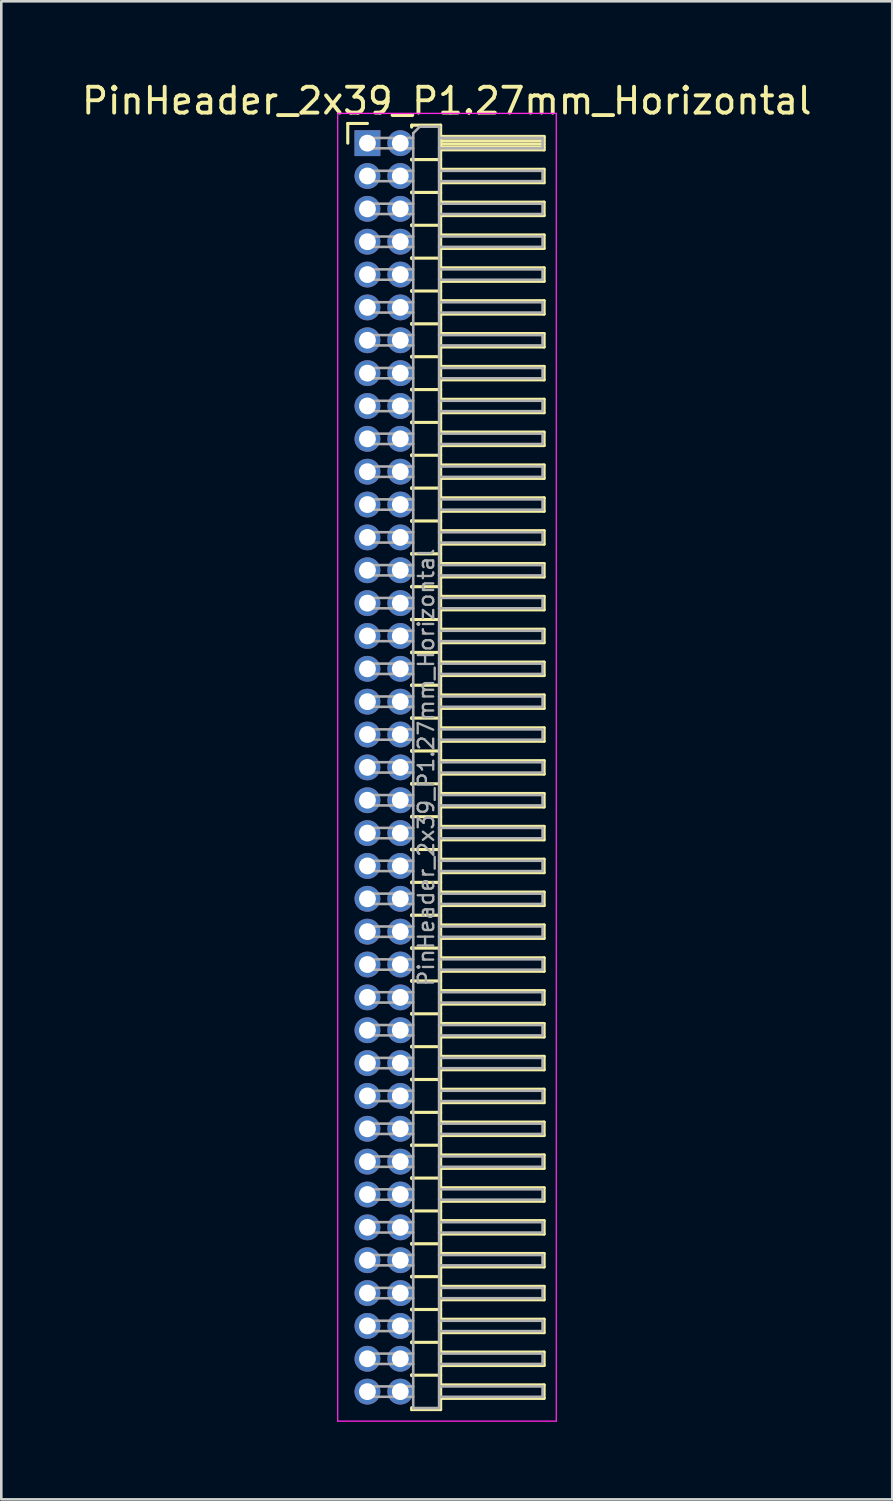
<source format=kicad_pcb>
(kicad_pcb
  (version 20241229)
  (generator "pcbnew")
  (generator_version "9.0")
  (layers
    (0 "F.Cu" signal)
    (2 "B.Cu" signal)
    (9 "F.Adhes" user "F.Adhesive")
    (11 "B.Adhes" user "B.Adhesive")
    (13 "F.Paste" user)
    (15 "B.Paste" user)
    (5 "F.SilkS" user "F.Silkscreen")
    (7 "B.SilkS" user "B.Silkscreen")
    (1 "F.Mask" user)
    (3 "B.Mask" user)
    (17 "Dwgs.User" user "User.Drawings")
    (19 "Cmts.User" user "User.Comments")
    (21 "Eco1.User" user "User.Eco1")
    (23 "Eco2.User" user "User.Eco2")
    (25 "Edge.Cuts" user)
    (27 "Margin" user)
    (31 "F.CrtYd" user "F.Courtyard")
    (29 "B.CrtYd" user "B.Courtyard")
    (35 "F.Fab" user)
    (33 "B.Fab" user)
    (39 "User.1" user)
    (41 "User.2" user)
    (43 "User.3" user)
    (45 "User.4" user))
  (footprint "PinHeader_2x39_P1.27mm_Horizontal"
    (layer "F.Cu")
    (at 11.153 2.483)
    (property "Reference" "PinHeader_2x39_P1.27mm_Horizontal" (at 3.067 -1.635 0) (layer "F.SilkS") (effects (font (size 1 1) (thickness 0.15))))
    (attr through_hole)
    (fp_line (start -0.76 -0.76) (end 0 -0.76) (stroke (width 0.12) (type solid)) (layer "F.SilkS"))
    (fp_line (start -0.76 0) (end -0.76 -0.76) (stroke (width 0.12) (type solid)) (layer "F.SilkS"))
    (fp_line (start 1.71 -0.695) (end 2.83 -0.695) (stroke (width 0.12) (type solid)) (layer "F.SilkS"))
    (fp_line (start 1.71 -0.62) (end 1.71 -0.695) (stroke (width 0.12) (type solid)) (layer "F.SilkS"))
    (fp_line (start 1.71 0.62) (end 1.71 0.65) (stroke (width 0.12) (type solid)) (layer "F.SilkS"))
    (fp_line (start 1.71 0.635) (end 2.83 0.635) (stroke (width 0.12) (type solid)) (layer "F.SilkS"))
    (fp_line (start 1.71 1.89) (end 1.71 1.92) (stroke (width 0.12) (type solid)) (layer "F.SilkS"))
    (fp_line (start 1.71 1.905) (end 2.83 1.905) (stroke (width 0.12) (type solid)) (layer "F.SilkS"))
    (fp_line (start 1.71 3.16) (end 1.71 3.19) (stroke (width 0.12) (type solid)) (layer "F.SilkS"))
    (fp_line (start 1.71 3.175) (end 2.83 3.175) (stroke (width 0.12) (type solid)) (layer "F.SilkS"))
    (fp_line (start 1.71 4.43) (end 1.71 4.46) (stroke (width 0.12) (type solid)) (layer "F.SilkS"))
    (fp_line (start 1.71 4.445) (end 2.83 4.445) (stroke (width 0.12) (type solid)) (layer "F.SilkS"))
    (fp_line (start 1.71 5.7) (end 1.71 5.73) (stroke (width 0.12) (type solid)) (layer "F.SilkS"))
    (fp_line (start 1.71 5.715) (end 2.83 5.715) (stroke (width 0.12) (type solid)) (layer "F.SilkS"))
    (fp_line (start 1.71 6.97) (end 1.71 7) (stroke (width 0.12) (type solid)) (layer "F.SilkS"))
    (fp_line (start 1.71 6.985) (end 2.83 6.985) (stroke (width 0.12) (type solid)) (layer "F.SilkS"))
    (fp_line (start 1.71 8.24) (end 1.71 8.27) (stroke (width 0.12) (type solid)) (layer "F.SilkS"))
    (fp_line (start 1.71 8.255) (end 2.83 8.255) (stroke (width 0.12) (type solid)) (layer "F.SilkS"))
    (fp_line (start 1.71 9.51) (end 1.71 9.54) (stroke (width 0.12) (type solid)) (layer "F.SilkS"))
    (fp_line (start 1.71 9.525) (end 2.83 9.525) (stroke (width 0.12) (type solid)) (layer "F.SilkS"))
    (fp_line (start 1.71 10.78) (end 1.71 10.81) (stroke (width 0.12) (type solid)) (layer "F.SilkS"))
    (fp_line (start 1.71 10.795) (end 2.83 10.795) (stroke (width 0.12) (type solid)) (layer "F.SilkS"))
    (fp_line (start 1.71 12.05) (end 1.71 12.08) (stroke (width 0.12) (type solid)) (layer "F.SilkS"))
    (fp_line (start 1.71 12.065) (end 2.83 12.065) (stroke (width 0.12) (type solid)) (layer "F.SilkS"))
    (fp_line (start 1.71 13.32) (end 1.71 13.35) (stroke (width 0.12) (type solid)) (layer "F.SilkS"))
    (fp_line (start 1.71 13.335) (end 2.83 13.335) (stroke (width 0.12) (type solid)) (layer "F.SilkS"))
    (fp_line (start 1.71 14.59) (end 1.71 14.62) (stroke (width 0.12) (type solid)) (layer "F.SilkS"))
    (fp_line (start 1.71 14.605) (end 2.83 14.605) (stroke (width 0.12) (type solid)) (layer "F.SilkS"))
    (fp_line (start 1.71 15.86) (end 1.71 15.89) (stroke (width 0.12) (type solid)) (layer "F.SilkS"))
    (fp_line (start 1.71 15.875) (end 2.83 15.875) (stroke (width 0.12) (type solid)) (layer "F.SilkS"))
    (fp_line (start 1.71 17.13) (end 1.71 17.16) (stroke (width 0.12) (type solid)) (layer "F.SilkS"))
    (fp_line (start 1.71 17.145) (end 2.83 17.145) (stroke (width 0.12) (type solid)) (layer "F.SilkS"))
    (fp_line (start 1.71 18.4) (end 1.71 18.43) (stroke (width 0.12) (type solid)) (layer "F.SilkS"))
    (fp_line (start 1.71 18.415) (end 2.83 18.415) (stroke (width 0.12) (type solid)) (layer "F.SilkS"))
    (fp_line (start 1.71 19.67) (end 1.71 19.7) (stroke (width 0.12) (type solid)) (layer "F.SilkS"))
    (fp_line (start 1.71 19.685) (end 2.83 19.685) (stroke (width 0.12) (type solid)) (layer "F.SilkS"))
    (fp_line (start 1.71 20.94) (end 1.71 20.97) (stroke (width 0.12) (type solid)) (layer "F.SilkS"))
    (fp_line (start 1.71 20.955) (end 2.83 20.955) (stroke (width 0.12) (type solid)) (layer "F.SilkS"))
    (fp_line (start 1.71 22.21) (end 1.71 22.24) (stroke (width 0.12) (type solid)) (layer "F.SilkS"))
    (fp_line (start 1.71 22.225) (end 2.83 22.225) (stroke (width 0.12) (type solid)) (layer "F.SilkS"))
    (fp_line (start 1.71 23.48) (end 1.71 23.51) (stroke (width 0.12) (type solid)) (layer "F.SilkS"))
    (fp_line (start 1.71 23.495) (end 2.83 23.495) (stroke (width 0.12) (type solid)) (layer "F.SilkS"))
    (fp_line (start 1.71 24.75) (end 1.71 24.78) (stroke (width 0.12) (type solid)) (layer "F.SilkS"))
    (fp_line (start 1.71 24.765) (end 2.83 24.765) (stroke (width 0.12) (type solid)) (layer "F.SilkS"))
    (fp_line (start 1.71 26.02) (end 1.71 26.05) (stroke (width 0.12) (type solid)) (layer "F.SilkS"))
    (fp_line (start 1.71 26.035) (end 2.83 26.035) (stroke (width 0.12) (type solid)) (layer "F.SilkS"))
    (fp_line (start 1.71 27.29) (end 1.71 27.32) (stroke (width 0.12) (type solid)) (layer "F.SilkS"))
    (fp_line (start 1.71 27.305) (end 2.83 27.305) (stroke (width 0.12) (type solid)) (layer "F.SilkS"))
    (fp_line (start 1.71 28.56) (end 1.71 28.59) (stroke (width 0.12) (type solid)) (layer "F.SilkS"))
    (fp_line (start 1.71 28.575) (end 2.83 28.575) (stroke (width 0.12) (type solid)) (layer "F.SilkS"))
    (fp_line (start 1.71 29.83) (end 1.71 29.86) (stroke (width 0.12) (type solid)) (layer "F.SilkS"))
    (fp_line (start 1.71 29.845) (end 2.83 29.845) (stroke (width 0.12) (type solid)) (layer "F.SilkS"))
    (fp_line (start 1.71 31.1) (end 1.71 31.13) (stroke (width 0.12) (type solid)) (layer "F.SilkS"))
    (fp_line (start 1.71 31.115) (end 2.83 31.115) (stroke (width 0.12) (type solid)) (layer "F.SilkS"))
    (fp_line (start 1.71 32.37) (end 1.71 32.4) (stroke (width 0.12) (type solid)) (layer "F.SilkS"))
    (fp_line (start 1.71 32.385) (end 2.83 32.385) (stroke (width 0.12) (type solid)) (layer "F.SilkS"))
    (fp_line (start 1.71 33.64) (end 1.71 33.67) (stroke (width 0.12) (type solid)) (layer "F.SilkS"))
    (fp_line (start 1.71 33.655) (end 2.83 33.655) (stroke (width 0.12) (type solid)) (layer "F.SilkS"))
    (fp_line (start 1.71 34.91) (end 1.71 34.94) (stroke (width 0.12) (type solid)) (layer "F.SilkS"))
    (fp_line (start 1.71 34.925) (end 2.83 34.925) (stroke (width 0.12) (type solid)) (layer "F.SilkS"))
    (fp_line (start 1.71 36.18) (end 1.71 36.21) (stroke (width 0.12) (type solid)) (layer "F.SilkS"))
    (fp_line (start 1.71 36.195) (end 2.83 36.195) (stroke (width 0.12) (type solid)) (layer "F.SilkS"))
    (fp_line (start 1.71 37.45) (end 1.71 37.48) (stroke (width 0.12) (type solid)) (layer "F.SilkS"))
    (fp_line (start 1.71 37.465) (end 2.83 37.465) (stroke (width 0.12) (type solid)) (layer "F.SilkS"))
    (fp_line (start 1.71 38.72) (end 1.71 38.75) (stroke (width 0.12) (type solid)) (layer "F.SilkS"))
    (fp_line (start 1.71 38.735) (end 2.83 38.735) (stroke (width 0.12) (type solid)) (layer "F.SilkS"))
    (fp_line (start 1.71 39.99) (end 1.71 40.02) (stroke (width 0.12) (type solid)) (layer "F.SilkS"))
    (fp_line (start 1.71 40.005) (end 2.83 40.005) (stroke (width 0.12) (type solid)) (layer "F.SilkS"))
    (fp_line (start 1.71 41.26) (end 1.71 41.29) (stroke (width 0.12) (type solid)) (layer "F.SilkS"))
    (fp_line (start 1.71 41.275) (end 2.83 41.275) (stroke (width 0.12) (type solid)) (layer "F.SilkS"))
    (fp_line (start 1.71 42.53) (end 1.71 42.56) (stroke (width 0.12) (type solid)) (layer "F.SilkS"))
    (fp_line (start 1.71 42.545) (end 2.83 42.545) (stroke (width 0.12) (type solid)) (layer "F.SilkS"))
    (fp_line (start 1.71 43.8) (end 1.71 43.83) (stroke (width 0.12) (type solid)) (layer "F.SilkS"))
    (fp_line (start 1.71 43.815) (end 2.83 43.815) (stroke (width 0.12) (type solid)) (layer "F.SilkS"))
    (fp_line (start 1.71 45.07) (end 1.71 45.1) (stroke (width 0.12) (type solid)) (layer "F.SilkS"))
    (fp_line (start 1.71 45.085) (end 2.83 45.085) (stroke (width 0.12) (type solid)) (layer "F.SilkS"))
    (fp_line (start 1.71 46.34) (end 1.71 46.37) (stroke (width 0.12) (type solid)) (layer "F.SilkS"))
    (fp_line (start 1.71 46.355) (end 2.83 46.355) (stroke (width 0.12) (type solid)) (layer "F.SilkS"))
    (fp_line (start 1.71 47.61) (end 1.71 47.64) (stroke (width 0.12) (type solid)) (layer "F.SilkS"))
    (fp_line (start 1.71 47.625) (end 2.83 47.625) (stroke (width 0.12) (type solid)) (layer "F.SilkS"))
    (fp_line (start 1.71 48.955) (end 1.71 48.88) (stroke (width 0.12) (type solid)) (layer "F.SilkS"))
    (fp_line (start 2.83 -0.695) (end 2.83 48.955) (stroke (width 0.12) (type solid)) (layer "F.SilkS"))
    (fp_line (start 2.83 -0.26) (end 6.83 -0.26) (stroke (width 0.12) (type solid)) (layer "F.SilkS"))
    (fp_line (start 2.83 -0.2) (end 6.83 -0.2) (stroke (width 0.12) (type solid)) (layer "F.SilkS"))
    (fp_line (start 2.83 -0.08) (end 6.83 -0.08) (stroke (width 0.12) (type solid)) (layer "F.SilkS"))
    (fp_line (start 2.83 0.04) (end 6.83 0.04) (stroke (width 0.12) (type solid)) (layer "F.SilkS"))
    (fp_line (start 2.83 0.16) (end 6.83 0.16) (stroke (width 0.12) (type solid)) (layer "F.SilkS"))
    (fp_line (start 2.83 1.01) (end 6.83 1.01) (stroke (width 0.12) (type solid)) (layer "F.SilkS"))
    (fp_line (start 2.83 2.28) (end 6.83 2.28) (stroke (width 0.12) (type solid)) (layer "F.SilkS"))
    (fp_line (start 2.83 3.55) (end 6.83 3.55) (stroke (width 0.12) (type solid)) (layer "F.SilkS"))
    (fp_line (start 2.83 4.82) (end 6.83 4.82) (stroke (width 0.12) (type solid)) (layer "F.SilkS"))
    (fp_line (start 2.83 6.09) (end 6.83 6.09) (stroke (width 0.12) (type solid)) (layer "F.SilkS"))
    (fp_line (start 2.83 7.36) (end 6.83 7.36) (stroke (width 0.12) (type solid)) (layer "F.SilkS"))
    (fp_line (start 2.83 8.63) (end 6.83 8.63) (stroke (width 0.12) (type solid)) (layer "F.SilkS"))
    (fp_line (start 2.83 9.9) (end 6.83 9.9) (stroke (width 0.12) (type solid)) (layer "F.SilkS"))
    (fp_line (start 2.83 11.17) (end 6.83 11.17) (stroke (width 0.12) (type solid)) (layer "F.SilkS"))
    (fp_line (start 2.83 12.44) (end 6.83 12.44) (stroke (width 0.12) (type solid)) (layer "F.SilkS"))
    (fp_line (start 2.83 13.71) (end 6.83 13.71) (stroke (width 0.12) (type solid)) (layer "F.SilkS"))
    (fp_line (start 2.83 14.98) (end 6.83 14.98) (stroke (width 0.12) (type solid)) (layer "F.SilkS"))
    (fp_line (start 2.83 16.25) (end 6.83 16.25) (stroke (width 0.12) (type solid)) (layer "F.SilkS"))
    (fp_line (start 2.83 17.52) (end 6.83 17.52) (stroke (width 0.12) (type solid)) (layer "F.SilkS"))
    (fp_line (start 2.83 18.79) (end 6.83 18.79) (stroke (width 0.12) (type solid)) (layer "F.SilkS"))
    (fp_line (start 2.83 20.06) (end 6.83 20.06) (stroke (width 0.12) (type solid)) (layer "F.SilkS"))
    (fp_line (start 2.83 21.33) (end 6.83 21.33) (stroke (width 0.12) (type solid)) (layer "F.SilkS"))
    (fp_line (start 2.83 22.6) (end 6.83 22.6) (stroke (width 0.12) (type solid)) (layer "F.SilkS"))
    (fp_line (start 2.83 23.87) (end 6.83 23.87) (stroke (width 0.12) (type solid)) (layer "F.SilkS"))
    (fp_line (start 2.83 25.14) (end 6.83 25.14) (stroke (width 0.12) (type solid)) (layer "F.SilkS"))
    (fp_line (start 2.83 26.41) (end 6.83 26.41) (stroke (width 0.12) (type solid)) (layer "F.SilkS"))
    (fp_line (start 2.83 27.68) (end 6.83 27.68) (stroke (width 0.12) (type solid)) (layer "F.SilkS"))
    (fp_line (start 2.83 28.95) (end 6.83 28.95) (stroke (width 0.12) (type solid)) (layer "F.SilkS"))
    (fp_line (start 2.83 30.22) (end 6.83 30.22) (stroke (width 0.12) (type solid)) (layer "F.SilkS"))
    (fp_line (start 2.83 31.49) (end 6.83 31.49) (stroke (width 0.12) (type solid)) (layer "F.SilkS"))
    (fp_line (start 2.83 32.76) (end 6.83 32.76) (stroke (width 0.12) (type solid)) (layer "F.SilkS"))
    (fp_line (start 2.83 34.03) (end 6.83 34.03) (stroke (width 0.12) (type solid)) (layer "F.SilkS"))
    (fp_line (start 2.83 35.3) (end 6.83 35.3) (stroke (width 0.12) (type solid)) (layer "F.SilkS"))
    (fp_line (start 2.83 36.57) (end 6.83 36.57) (stroke (width 0.12) (type solid)) (layer "F.SilkS"))
    (fp_line (start 2.83 37.84) (end 6.83 37.84) (stroke (width 0.12) (type solid)) (layer "F.SilkS"))
    (fp_line (start 2.83 39.11) (end 6.83 39.11) (stroke (width 0.12) (type solid)) (layer "F.SilkS"))
    (fp_line (start 2.83 40.38) (end 6.83 40.38) (stroke (width 0.12) (type solid)) (layer "F.SilkS"))
    (fp_line (start 2.83 41.65) (end 6.83 41.65) (stroke (width 0.12) (type solid)) (layer "F.SilkS"))
    (fp_line (start 2.83 42.92) (end 6.83 42.92) (stroke (width 0.12) (type solid)) (layer "F.SilkS"))
    (fp_line (start 2.83 44.19) (end 6.83 44.19) (stroke (width 0.12) (type solid)) (layer "F.SilkS"))
    (fp_line (start 2.83 45.46) (end 6.83 45.46) (stroke (width 0.12) (type solid)) (layer "F.SilkS"))
    (fp_line (start 2.83 46.73) (end 6.83 46.73) (stroke (width 0.12) (type solid)) (layer "F.SilkS"))
    (fp_line (start 2.83 48) (end 6.83 48) (stroke (width 0.12) (type solid)) (layer "F.SilkS"))
    (fp_line (start 2.83 48.955) (end 1.71 48.955) (stroke (width 0.12) (type solid)) (layer "F.SilkS"))
    (fp_line (start 6.83 -0.26) (end 6.83 0.26) (stroke (width 0.12) (type solid)) (layer "F.SilkS"))
    (fp_line (start 6.83 0.26) (end 2.83 0.26) (stroke (width 0.12) (type solid)) (layer "F.SilkS"))
    (fp_line (start 6.83 1.01) (end 6.83 1.53) (stroke (width 0.12) (type solid)) (layer "F.SilkS"))
    (fp_line (start 6.83 1.53) (end 2.83 1.53) (stroke (width 0.12) (type solid)) (layer "F.SilkS"))
    (fp_line (start 6.83 2.28) (end 6.83 2.8) (stroke (width 0.12) (type solid)) (layer "F.SilkS"))
    (fp_line (start 6.83 2.8) (end 2.83 2.8) (stroke (width 0.12) (type solid)) (layer "F.SilkS"))
    (fp_line (start 6.83 3.55) (end 6.83 4.07) (stroke (width 0.12) (type solid)) (layer "F.SilkS"))
    (fp_line (start 6.83 4.07) (end 2.83 4.07) (stroke (width 0.12) (type solid)) (layer "F.SilkS"))
    (fp_line (start 6.83 4.82) (end 6.83 5.34) (stroke (width 0.12) (type solid)) (layer "F.SilkS"))
    (fp_line (start 6.83 5.34) (end 2.83 5.34) (stroke (width 0.12) (type solid)) (layer "F.SilkS"))
    (fp_line (start 6.83 6.09) (end 6.83 6.61) (stroke (width 0.12) (type solid)) (layer "F.SilkS"))
    (fp_line (start 6.83 6.61) (end 2.83 6.61) (stroke (width 0.12) (type solid)) (layer "F.SilkS"))
    (fp_line (start 6.83 7.36) (end 6.83 7.88) (stroke (width 0.12) (type solid)) (layer "F.SilkS"))
    (fp_line (start 6.83 7.88) (end 2.83 7.88) (stroke (width 0.12) (type solid)) (layer "F.SilkS"))
    (fp_line (start 6.83 8.63) (end 6.83 9.15) (stroke (width 0.12) (type solid)) (layer "F.SilkS"))
    (fp_line (start 6.83 9.15) (end 2.83 9.15) (stroke (width 0.12) (type solid)) (layer "F.SilkS"))
    (fp_line (start 6.83 9.9) (end 6.83 10.42) (stroke (width 0.12) (type solid)) (layer "F.SilkS"))
    (fp_line (start 6.83 10.42) (end 2.83 10.42) (stroke (width 0.12) (type solid)) (layer "F.SilkS"))
    (fp_line (start 6.83 11.17) (end 6.83 11.69) (stroke (width 0.12) (type solid)) (layer "F.SilkS"))
    (fp_line (start 6.83 11.69) (end 2.83 11.69) (stroke (width 0.12) (type solid)) (layer "F.SilkS"))
    (fp_line (start 6.83 12.44) (end 6.83 12.96) (stroke (width 0.12) (type solid)) (layer "F.SilkS"))
    (fp_line (start 6.83 12.96) (end 2.83 12.96) (stroke (width 0.12) (type solid)) (layer "F.SilkS"))
    (fp_line (start 6.83 13.71) (end 6.83 14.23) (stroke (width 0.12) (type solid)) (layer "F.SilkS"))
    (fp_line (start 6.83 14.23) (end 2.83 14.23) (stroke (width 0.12) (type solid)) (layer "F.SilkS"))
    (fp_line (start 6.83 14.98) (end 6.83 15.5) (stroke (width 0.12) (type solid)) (layer "F.SilkS"))
    (fp_line (start 6.83 15.5) (end 2.83 15.5) (stroke (width 0.12) (type solid)) (layer "F.SilkS"))
    (fp_line (start 6.83 16.25) (end 6.83 16.77) (stroke (width 0.12) (type solid)) (layer "F.SilkS"))
    (fp_line (start 6.83 16.77) (end 2.83 16.77) (stroke (width 0.12) (type solid)) (layer "F.SilkS"))
    (fp_line (start 6.83 17.52) (end 6.83 18.04) (stroke (width 0.12) (type solid)) (layer "F.SilkS"))
    (fp_line (start 6.83 18.04) (end 2.83 18.04) (stroke (width 0.12) (type solid)) (layer "F.SilkS"))
    (fp_line (start 6.83 18.79) (end 6.83 19.31) (stroke (width 0.12) (type solid)) (layer "F.SilkS"))
    (fp_line (start 6.83 19.31) (end 2.83 19.31) (stroke (width 0.12) (type solid)) (layer "F.SilkS"))
    (fp_line (start 6.83 20.06) (end 6.83 20.58) (stroke (width 0.12) (type solid)) (layer "F.SilkS"))
    (fp_line (start 6.83 20.58) (end 2.83 20.58) (stroke (width 0.12) (type solid)) (layer "F.SilkS"))
    (fp_line (start 6.83 21.33) (end 6.83 21.85) (stroke (width 0.12) (type solid)) (layer "F.SilkS"))
    (fp_line (start 6.83 21.85) (end 2.83 21.85) (stroke (width 0.12) (type solid)) (layer "F.SilkS"))
    (fp_line (start 6.83 22.6) (end 6.83 23.12) (stroke (width 0.12) (type solid)) (layer "F.SilkS"))
    (fp_line (start 6.83 23.12) (end 2.83 23.12) (stroke (width 0.12) (type solid)) (layer "F.SilkS"))
    (fp_line (start 6.83 23.87) (end 6.83 24.39) (stroke (width 0.12) (type solid)) (layer "F.SilkS"))
    (fp_line (start 6.83 24.39) (end 2.83 24.39) (stroke (width 0.12) (type solid)) (layer "F.SilkS"))
    (fp_line (start 6.83 25.14) (end 6.83 25.66) (stroke (width 0.12) (type solid)) (layer "F.SilkS"))
    (fp_line (start 6.83 25.66) (end 2.83 25.66) (stroke (width 0.12) (type solid)) (layer "F.SilkS"))
    (fp_line (start 6.83 26.41) (end 6.83 26.93) (stroke (width 0.12) (type solid)) (layer "F.SilkS"))
    (fp_line (start 6.83 26.93) (end 2.83 26.93) (stroke (width 0.12) (type solid)) (layer "F.SilkS"))
    (fp_line (start 6.83 27.68) (end 6.83 28.2) (stroke (width 0.12) (type solid)) (layer "F.SilkS"))
    (fp_line (start 6.83 28.2) (end 2.83 28.2) (stroke (width 0.12) (type solid)) (layer "F.SilkS"))
    (fp_line (start 6.83 28.95) (end 6.83 29.47) (stroke (width 0.12) (type solid)) (layer "F.SilkS"))
    (fp_line (start 6.83 29.47) (end 2.83 29.47) (stroke (width 0.12) (type solid)) (layer "F.SilkS"))
    (fp_line (start 6.83 30.22) (end 6.83 30.74) (stroke (width 0.12) (type solid)) (layer "F.SilkS"))
    (fp_line (start 6.83 30.74) (end 2.83 30.74) (stroke (width 0.12) (type solid)) (layer "F.SilkS"))
    (fp_line (start 6.83 31.49) (end 6.83 32.01) (stroke (width 0.12) (type solid)) (layer "F.SilkS"))
    (fp_line (start 6.83 32.01) (end 2.83 32.01) (stroke (width 0.12) (type solid)) (layer "F.SilkS"))
    (fp_line (start 6.83 32.76) (end 6.83 33.28) (stroke (width 0.12) (type solid)) (layer "F.SilkS"))
    (fp_line (start 6.83 33.28) (end 2.83 33.28) (stroke (width 0.12) (type solid)) (layer "F.SilkS"))
    (fp_line (start 6.83 34.03) (end 6.83 34.55) (stroke (width 0.12) (type solid)) (layer "F.SilkS"))
    (fp_line (start 6.83 34.55) (end 2.83 34.55) (stroke (width 0.12) (type solid)) (layer "F.SilkS"))
    (fp_line (start 6.83 35.3) (end 6.83 35.82) (stroke (width 0.12) (type solid)) (layer "F.SilkS"))
    (fp_line (start 6.83 35.82) (end 2.83 35.82) (stroke (width 0.12) (type solid)) (layer "F.SilkS"))
    (fp_line (start 6.83 36.57) (end 6.83 37.09) (stroke (width 0.12) (type solid)) (layer "F.SilkS"))
    (fp_line (start 6.83 37.09) (end 2.83 37.09) (stroke (width 0.12) (type solid)) (layer "F.SilkS"))
    (fp_line (start 6.83 37.84) (end 6.83 38.36) (stroke (width 0.12) (type solid)) (layer "F.SilkS"))
    (fp_line (start 6.83 38.36) (end 2.83 38.36) (stroke (width 0.12) (type solid)) (layer "F.SilkS"))
    (fp_line (start 6.83 39.11) (end 6.83 39.63) (stroke (width 0.12) (type solid)) (layer "F.SilkS"))
    (fp_line (start 6.83 39.63) (end 2.83 39.63) (stroke (width 0.12) (type solid)) (layer "F.SilkS"))
    (fp_line (start 6.83 40.38) (end 6.83 40.9) (stroke (width 0.12) (type solid)) (layer "F.SilkS"))
    (fp_line (start 6.83 40.9) (end 2.83 40.9) (stroke (width 0.12) (type solid)) (layer "F.SilkS"))
    (fp_line (start 6.83 41.65) (end 6.83 42.17) (stroke (width 0.12) (type solid)) (layer "F.SilkS"))
    (fp_line (start 6.83 42.17) (end 2.83 42.17) (stroke (width 0.12) (type solid)) (layer "F.SilkS"))
    (fp_line (start 6.83 42.92) (end 6.83 43.44) (stroke (width 0.12) (type solid)) (layer "F.SilkS"))
    (fp_line (start 6.83 43.44) (end 2.83 43.44) (stroke (width 0.12) (type solid)) (layer "F.SilkS"))
    (fp_line (start 6.83 44.19) (end 6.83 44.71) (stroke (width 0.12) (type solid)) (layer "F.SilkS"))
    (fp_line (start 6.83 44.71) (end 2.83 44.71) (stroke (width 0.12) (type solid)) (layer "F.SilkS"))
    (fp_line (start 6.83 45.46) (end 6.83 45.98) (stroke (width 0.12) (type solid)) (layer "F.SilkS"))
    (fp_line (start 6.83 45.98) (end 2.83 45.98) (stroke (width 0.12) (type solid)) (layer "F.SilkS"))
    (fp_line (start 6.83 46.73) (end 6.83 47.25) (stroke (width 0.12) (type solid)) (layer "F.SilkS"))
    (fp_line (start 6.83 47.25) (end 2.83 47.25) (stroke (width 0.12) (type solid)) (layer "F.SilkS"))
    (fp_line (start 6.83 48) (end 6.83 48.52) (stroke (width 0.12) (type solid)) (layer "F.SilkS"))
    (fp_line (start 6.83 48.52) (end 2.83 48.52) (stroke (width 0.12) (type solid)) (layer "F.SilkS"))
    (fp_line (start -1.15 -1.15) (end -1.15 49.4) (stroke (width 0.05) (type solid)) (layer "F.CrtYd"))
    (fp_line (start -1.15 49.4) (end 7.3 49.4) (stroke (width 0.05) (type solid)) (layer "F.CrtYd"))
    (fp_line (start 7.3 -1.15) (end -1.15 -1.15) (stroke (width 0.05) (type solid)) (layer "F.CrtYd"))
    (fp_line (start 7.3 49.4) (end 7.3 -1.15) (stroke (width 0.05) (type solid)) (layer "F.CrtYd"))
    (fp_line (start -0.2 -0.2) (end -0.2 0.2) (stroke (width 0.1) (type solid)) (layer "F.Fab"))
    (fp_line (start -0.2 -0.2) (end 1.77 -0.2) (stroke (width 0.1) (type solid)) (layer "F.Fab"))
    (fp_line (start -0.2 0.2) (end 1.77 0.2) (stroke (width 0.1) (type solid)) (layer "F.Fab"))
    (fp_line (start -0.2 1.07) (end -0.2 1.47) (stroke (width 0.1) (type solid)) (layer "F.Fab"))
    (fp_line (start -0.2 1.07) (end 1.77 1.07) (stroke (width 0.1) (type solid)) (layer "F.Fab"))
    (fp_line (start -0.2 1.47) (end 1.77 1.47) (stroke (width 0.1) (type solid)) (layer "F.Fab"))
    (fp_line (start -0.2 2.34) (end -0.2 2.74) (stroke (width 0.1) (type solid)) (layer "F.Fab"))
    (fp_line (start -0.2 2.34) (end 1.77 2.34) (stroke (width 0.1) (type solid)) (layer "F.Fab"))
    (fp_line (start -0.2 2.74) (end 1.77 2.74) (stroke (width 0.1) (type solid)) (layer "F.Fab"))
    (fp_line (start -0.2 3.61) (end -0.2 4.01) (stroke (width 0.1) (type solid)) (layer "F.Fab"))
    (fp_line (start -0.2 3.61) (end 1.77 3.61) (stroke (width 0.1) (type solid)) (layer "F.Fab"))
    (fp_line (start -0.2 4.01) (end 1.77 4.01) (stroke (width 0.1) (type solid)) (layer "F.Fab"))
    (fp_line (start -0.2 4.88) (end -0.2 5.28) (stroke (width 0.1) (type solid)) (layer "F.Fab"))
    (fp_line (start -0.2 4.88) (end 1.77 4.88) (stroke (width 0.1) (type solid)) (layer "F.Fab"))
    (fp_line (start -0.2 5.28) (end 1.77 5.28) (stroke (width 0.1) (type solid)) (layer "F.Fab"))
    (fp_line (start -0.2 6.15) (end -0.2 6.55) (stroke (width 0.1) (type solid)) (layer "F.Fab"))
    (fp_line (start -0.2 6.15) (end 1.77 6.15) (stroke (width 0.1) (type solid)) (layer "F.Fab"))
    (fp_line (start -0.2 6.55) (end 1.77 6.55) (stroke (width 0.1) (type solid)) (layer "F.Fab"))
    (fp_line (start -0.2 7.42) (end -0.2 7.82) (stroke (width 0.1) (type solid)) (layer "F.Fab"))
    (fp_line (start -0.2 7.42) (end 1.77 7.42) (stroke (width 0.1) (type solid)) (layer "F.Fab"))
    (fp_line (start -0.2 7.82) (end 1.77 7.82) (stroke (width 0.1) (type solid)) (layer "F.Fab"))
    (fp_line (start -0.2 8.69) (end -0.2 9.09) (stroke (width 0.1) (type solid)) (layer "F.Fab"))
    (fp_line (start -0.2 8.69) (end 1.77 8.69) (stroke (width 0.1) (type solid)) (layer "F.Fab"))
    (fp_line (start -0.2 9.09) (end 1.77 9.09) (stroke (width 0.1) (type solid)) (layer "F.Fab"))
    (fp_line (start -0.2 9.96) (end -0.2 10.36) (stroke (width 0.1) (type solid)) (layer "F.Fab"))
    (fp_line (start -0.2 9.96) (end 1.77 9.96) (stroke (width 0.1) (type solid)) (layer "F.Fab"))
    (fp_line (start -0.2 10.36) (end 1.77 10.36) (stroke (width 0.1) (type solid)) (layer "F.Fab"))
    (fp_line (start -0.2 11.23) (end -0.2 11.63) (stroke (width 0.1) (type solid)) (layer "F.Fab"))
    (fp_line (start -0.2 11.23) (end 1.77 11.23) (stroke (width 0.1) (type solid)) (layer "F.Fab"))
    (fp_line (start -0.2 11.63) (end 1.77 11.63) (stroke (width 0.1) (type solid)) (layer "F.Fab"))
    (fp_line (start -0.2 12.5) (end -0.2 12.9) (stroke (width 0.1) (type solid)) (layer "F.Fab"))
    (fp_line (start -0.2 12.5) (end 1.77 12.5) (stroke (width 0.1) (type solid)) (layer "F.Fab"))
    (fp_line (start -0.2 12.9) (end 1.77 12.9) (stroke (width 0.1) (type solid)) (layer "F.Fab"))
    (fp_line (start -0.2 13.77) (end -0.2 14.17) (stroke (width 0.1) (type solid)) (layer "F.Fab"))
    (fp_line (start -0.2 13.77) (end 1.77 13.77) (stroke (width 0.1) (type solid)) (layer "F.Fab"))
    (fp_line (start -0.2 14.17) (end 1.77 14.17) (stroke (width 0.1) (type solid)) (layer "F.Fab"))
    (fp_line (start -0.2 15.04) (end -0.2 15.44) (stroke (width 0.1) (type solid)) (layer "F.Fab"))
    (fp_line (start -0.2 15.04) (end 1.77 15.04) (stroke (width 0.1) (type solid)) (layer "F.Fab"))
    (fp_line (start -0.2 15.44) (end 1.77 15.44) (stroke (width 0.1) (type solid)) (layer "F.Fab"))
    (fp_line (start -0.2 16.31) (end -0.2 16.71) (stroke (width 0.1) (type solid)) (layer "F.Fab"))
    (fp_line (start -0.2 16.31) (end 1.77 16.31) (stroke (width 0.1) (type solid)) (layer "F.Fab"))
    (fp_line (start -0.2 16.71) (end 1.77 16.71) (stroke (width 0.1) (type solid)) (layer "F.Fab"))
    (fp_line (start -0.2 17.58) (end -0.2 17.98) (stroke (width 0.1) (type solid)) (layer "F.Fab"))
    (fp_line (start -0.2 17.58) (end 1.77 17.58) (stroke (width 0.1) (type solid)) (layer "F.Fab"))
    (fp_line (start -0.2 17.98) (end 1.77 17.98) (stroke (width 0.1) (type solid)) (layer "F.Fab"))
    (fp_line (start -0.2 18.85) (end -0.2 19.25) (stroke (width 0.1) (type solid)) (layer "F.Fab"))
    (fp_line (start -0.2 18.85) (end 1.77 18.85) (stroke (width 0.1) (type solid)) (layer "F.Fab"))
    (fp_line (start -0.2 19.25) (end 1.77 19.25) (stroke (width 0.1) (type solid)) (layer "F.Fab"))
    (fp_line (start -0.2 20.12) (end -0.2 20.52) (stroke (width 0.1) (type solid)) (layer "F.Fab"))
    (fp_line (start -0.2 20.12) (end 1.77 20.12) (stroke (width 0.1) (type solid)) (layer "F.Fab"))
    (fp_line (start -0.2 20.52) (end 1.77 20.52) (stroke (width 0.1) (type solid)) (layer "F.Fab"))
    (fp_line (start -0.2 21.39) (end -0.2 21.79) (stroke (width 0.1) (type solid)) (layer "F.Fab"))
    (fp_line (start -0.2 21.39) (end 1.77 21.39) (stroke (width 0.1) (type solid)) (layer "F.Fab"))
    (fp_line (start -0.2 21.79) (end 1.77 21.79) (stroke (width 0.1) (type solid)) (layer "F.Fab"))
    (fp_line (start -0.2 22.66) (end -0.2 23.06) (stroke (width 0.1) (type solid)) (layer "F.Fab"))
    (fp_line (start -0.2 22.66) (end 1.77 22.66) (stroke (width 0.1) (type solid)) (layer "F.Fab"))
    (fp_line (start -0.2 23.06) (end 1.77 23.06) (stroke (width 0.1) (type solid)) (layer "F.Fab"))
    (fp_line (start -0.2 23.93) (end -0.2 24.33) (stroke (width 0.1) (type solid)) (layer "F.Fab"))
    (fp_line (start -0.2 23.93) (end 1.77 23.93) (stroke (width 0.1) (type solid)) (layer "F.Fab"))
    (fp_line (start -0.2 24.33) (end 1.77 24.33) (stroke (width 0.1) (type solid)) (layer "F.Fab"))
    (fp_line (start -0.2 25.2) (end -0.2 25.6) (stroke (width 0.1) (type solid)) (layer "F.Fab"))
    (fp_line (start -0.2 25.2) (end 1.77 25.2) (stroke (width 0.1) (type solid)) (layer "F.Fab"))
    (fp_line (start -0.2 25.6) (end 1.77 25.6) (stroke (width 0.1) (type solid)) (layer "F.Fab"))
    (fp_line (start -0.2 26.47) (end -0.2 26.87) (stroke (width 0.1) (type solid)) (layer "F.Fab"))
    (fp_line (start -0.2 26.47) (end 1.77 26.47) (stroke (width 0.1) (type solid)) (layer "F.Fab"))
    (fp_line (start -0.2 26.87) (end 1.77 26.87) (stroke (width 0.1) (type solid)) (layer "F.Fab"))
    (fp_line (start -0.2 27.74) (end -0.2 28.14) (stroke (width 0.1) (type solid)) (layer "F.Fab"))
    (fp_line (start -0.2 27.74) (end 1.77 27.74) (stroke (width 0.1) (type solid)) (layer "F.Fab"))
    (fp_line (start -0.2 28.14) (end 1.77 28.14) (stroke (width 0.1) (type solid)) (layer "F.Fab"))
    (fp_line (start -0.2 29.01) (end -0.2 29.41) (stroke (width 0.1) (type solid)) (layer "F.Fab"))
    (fp_line (start -0.2 29.01) (end 1.77 29.01) (stroke (width 0.1) (type solid)) (layer "F.Fab"))
    (fp_line (start -0.2 29.41) (end 1.77 29.41) (stroke (width 0.1) (type solid)) (layer "F.Fab"))
    (fp_line (start -0.2 30.28) (end -0.2 30.68) (stroke (width 0.1) (type solid)) (layer "F.Fab"))
    (fp_line (start -0.2 30.28) (end 1.77 30.28) (stroke (width 0.1) (type solid)) (layer "F.Fab"))
    (fp_line (start -0.2 30.68) (end 1.77 30.68) (stroke (width 0.1) (type solid)) (layer "F.Fab"))
    (fp_line (start -0.2 31.55) (end -0.2 31.95) (stroke (width 0.1) (type solid)) (layer "F.Fab"))
    (fp_line (start -0.2 31.55) (end 1.77 31.55) (stroke (width 0.1) (type solid)) (layer "F.Fab"))
    (fp_line (start -0.2 31.95) (end 1.77 31.95) (stroke (width 0.1) (type solid)) (layer "F.Fab"))
    (fp_line (start -0.2 32.82) (end -0.2 33.22) (stroke (width 0.1) (type solid)) (layer "F.Fab"))
    (fp_line (start -0.2 32.82) (end 1.77 32.82) (stroke (width 0.1) (type solid)) (layer "F.Fab"))
    (fp_line (start -0.2 33.22) (end 1.77 33.22) (stroke (width 0.1) (type solid)) (layer "F.Fab"))
    (fp_line (start -0.2 34.09) (end -0.2 34.49) (stroke (width 0.1) (type solid)) (layer "F.Fab"))
    (fp_line (start -0.2 34.09) (end 1.77 34.09) (stroke (width 0.1) (type solid)) (layer "F.Fab"))
    (fp_line (start -0.2 34.49) (end 1.77 34.49) (stroke (width 0.1) (type solid)) (layer "F.Fab"))
    (fp_line (start -0.2 35.36) (end -0.2 35.76) (stroke (width 0.1) (type solid)) (layer "F.Fab"))
    (fp_line (start -0.2 35.36) (end 1.77 35.36) (stroke (width 0.1) (type solid)) (layer "F.Fab"))
    (fp_line (start -0.2 35.76) (end 1.77 35.76) (stroke (width 0.1) (type solid)) (layer "F.Fab"))
    (fp_line (start -0.2 36.63) (end -0.2 37.03) (stroke (width 0.1) (type solid)) (layer "F.Fab"))
    (fp_line (start -0.2 36.63) (end 1.77 36.63) (stroke (width 0.1) (type solid)) (layer "F.Fab"))
    (fp_line (start -0.2 37.03) (end 1.77 37.03) (stroke (width 0.1) (type solid)) (layer "F.Fab"))
    (fp_line (start -0.2 37.9) (end -0.2 38.3) (stroke (width 0.1) (type solid)) (layer "F.Fab"))
    (fp_line (start -0.2 37.9) (end 1.77 37.9) (stroke (width 0.1) (type solid)) (layer "F.Fab"))
    (fp_line (start -0.2 38.3) (end 1.77 38.3) (stroke (width 0.1) (type solid)) (layer "F.Fab"))
    (fp_line (start -0.2 39.17) (end -0.2 39.57) (stroke (width 0.1) (type solid)) (layer "F.Fab"))
    (fp_line (start -0.2 39.17) (end 1.77 39.17) (stroke (width 0.1) (type solid)) (layer "F.Fab"))
    (fp_line (start -0.2 39.57) (end 1.77 39.57) (stroke (width 0.1) (type solid)) (layer "F.Fab"))
    (fp_line (start -0.2 40.44) (end -0.2 40.84) (stroke (width 0.1) (type solid)) (layer "F.Fab"))
    (fp_line (start -0.2 40.44) (end 1.77 40.44) (stroke (width 0.1) (type solid)) (layer "F.Fab"))
    (fp_line (start -0.2 40.84) (end 1.77 40.84) (stroke (width 0.1) (type solid)) (layer "F.Fab"))
    (fp_line (start -0.2 41.71) (end -0.2 42.11) (stroke (width 0.1) (type solid)) (layer "F.Fab"))
    (fp_line (start -0.2 41.71) (end 1.77 41.71) (stroke (width 0.1) (type solid)) (layer "F.Fab"))
    (fp_line (start -0.2 42.11) (end 1.77 42.11) (stroke (width 0.1) (type solid)) (layer "F.Fab"))
    (fp_line (start -0.2 42.98) (end -0.2 43.38) (stroke (width 0.1) (type solid)) (layer "F.Fab"))
    (fp_line (start -0.2 42.98) (end 1.77 42.98) (stroke (width 0.1) (type solid)) (layer "F.Fab"))
    (fp_line (start -0.2 43.38) (end 1.77 43.38) (stroke (width 0.1) (type solid)) (layer "F.Fab"))
    (fp_line (start -0.2 44.25) (end -0.2 44.65) (stroke (width 0.1) (type solid)) (layer "F.Fab"))
    (fp_line (start -0.2 44.25) (end 1.77 44.25) (stroke (width 0.1) (type solid)) (layer "F.Fab"))
    (fp_line (start -0.2 44.65) (end 1.77 44.65) (stroke (width 0.1) (type solid)) (layer "F.Fab"))
    (fp_line (start -0.2 45.52) (end -0.2 45.92) (stroke (width 0.1) (type solid)) (layer "F.Fab"))
    (fp_line (start -0.2 45.52) (end 1.77 45.52) (stroke (width 0.1) (type solid)) (layer "F.Fab"))
    (fp_line (start -0.2 45.92) (end 1.77 45.92) (stroke (width 0.1) (type solid)) (layer "F.Fab"))
    (fp_line (start -0.2 46.79) (end -0.2 47.19) (stroke (width 0.1) (type solid)) (layer "F.Fab"))
    (fp_line (start -0.2 46.79) (end 1.77 46.79) (stroke (width 0.1) (type solid)) (layer "F.Fab"))
    (fp_line (start -0.2 47.19) (end 1.77 47.19) (stroke (width 0.1) (type solid)) (layer "F.Fab"))
    (fp_line (start -0.2 48.06) (end -0.2 48.46) (stroke (width 0.1) (type solid)) (layer "F.Fab"))
    (fp_line (start -0.2 48.06) (end 1.77 48.06) (stroke (width 0.1) (type solid)) (layer "F.Fab"))
    (fp_line (start -0.2 48.46) (end 1.77 48.46) (stroke (width 0.1) (type solid)) (layer "F.Fab"))
    (fp_line (start 1.77 -0.385) (end 2.02 -0.635) (stroke (width 0.1) (type solid)) (layer "F.Fab"))
    (fp_line (start 1.77 48.895) (end 1.77 -0.385) (stroke (width 0.1) (type solid)) (layer "F.Fab"))
    (fp_line (start 2.02 -0.635) (end 2.77 -0.635) (stroke (width 0.1) (type solid)) (layer "F.Fab"))
    (fp_line (start 2.77 -0.635) (end 2.77 48.895) (stroke (width 0.1) (type solid)) (layer "F.Fab"))
    (fp_line (start 2.77 -0.2) (end 6.77 -0.2) (stroke (width 0.1) (type solid)) (layer "F.Fab"))
    (fp_line (start 2.77 0.2) (end 6.77 0.2) (stroke (width 0.1) (type solid)) (layer "F.Fab"))
    (fp_line (start 2.77 1.07) (end 6.77 1.07) (stroke (width 0.1) (type solid)) (layer "F.Fab"))
    (fp_line (start 2.77 1.47) (end 6.77 1.47) (stroke (width 0.1) (type solid)) (layer "F.Fab"))
    (fp_line (start 2.77 2.34) (end 6.77 2.34) (stroke (width 0.1) (type solid)) (layer "F.Fab"))
    (fp_line (start 2.77 2.74) (end 6.77 2.74) (stroke (width 0.1) (type solid)) (layer "F.Fab"))
    (fp_line (start 2.77 3.61) (end 6.77 3.61) (stroke (width 0.1) (type solid)) (layer "F.Fab"))
    (fp_line (start 2.77 4.01) (end 6.77 4.01) (stroke (width 0.1) (type solid)) (layer "F.Fab"))
    (fp_line (start 2.77 4.88) (end 6.77 4.88) (stroke (width 0.1) (type solid)) (layer "F.Fab"))
    (fp_line (start 2.77 5.28) (end 6.77 5.28) (stroke (width 0.1) (type solid)) (layer "F.Fab"))
    (fp_line (start 2.77 6.15) (end 6.77 6.15) (stroke (width 0.1) (type solid)) (layer "F.Fab"))
    (fp_line (start 2.77 6.55) (end 6.77 6.55) (stroke (width 0.1) (type solid)) (layer "F.Fab"))
    (fp_line (start 2.77 7.42) (end 6.77 7.42) (stroke (width 0.1) (type solid)) (layer "F.Fab"))
    (fp_line (start 2.77 7.82) (end 6.77 7.82) (stroke (width 0.1) (type solid)) (layer "F.Fab"))
    (fp_line (start 2.77 8.69) (end 6.77 8.69) (stroke (width 0.1) (type solid)) (layer "F.Fab"))
    (fp_line (start 2.77 9.09) (end 6.77 9.09) (stroke (width 0.1) (type solid)) (layer "F.Fab"))
    (fp_line (start 2.77 9.96) (end 6.77 9.96) (stroke (width 0.1) (type solid)) (layer "F.Fab"))
    (fp_line (start 2.77 10.36) (end 6.77 10.36) (stroke (width 0.1) (type solid)) (layer "F.Fab"))
    (fp_line (start 2.77 11.23) (end 6.77 11.23) (stroke (width 0.1) (type solid)) (layer "F.Fab"))
    (fp_line (start 2.77 11.63) (end 6.77 11.63) (stroke (width 0.1) (type solid)) (layer "F.Fab"))
    (fp_line (start 2.77 12.5) (end 6.77 12.5) (stroke (width 0.1) (type solid)) (layer "F.Fab"))
    (fp_line (start 2.77 12.9) (end 6.77 12.9) (stroke (width 0.1) (type solid)) (layer "F.Fab"))
    (fp_line (start 2.77 13.77) (end 6.77 13.77) (stroke (width 0.1) (type solid)) (layer "F.Fab"))
    (fp_line (start 2.77 14.17) (end 6.77 14.17) (stroke (width 0.1) (type solid)) (layer "F.Fab"))
    (fp_line (start 2.77 15.04) (end 6.77 15.04) (stroke (width 0.1) (type solid)) (layer "F.Fab"))
    (fp_line (start 2.77 15.44) (end 6.77 15.44) (stroke (width 0.1) (type solid)) (layer "F.Fab"))
    (fp_line (start 2.77 16.31) (end 6.77 16.31) (stroke (width 0.1) (type solid)) (layer "F.Fab"))
    (fp_line (start 2.77 16.71) (end 6.77 16.71) (stroke (width 0.1) (type solid)) (layer "F.Fab"))
    (fp_line (start 2.77 17.58) (end 6.77 17.58) (stroke (width 0.1) (type solid)) (layer "F.Fab"))
    (fp_line (start 2.77 17.98) (end 6.77 17.98) (stroke (width 0.1) (type solid)) (layer "F.Fab"))
    (fp_line (start 2.77 18.85) (end 6.77 18.85) (stroke (width 0.1) (type solid)) (layer "F.Fab"))
    (fp_line (start 2.77 19.25) (end 6.77 19.25) (stroke (width 0.1) (type solid)) (layer "F.Fab"))
    (fp_line (start 2.77 20.12) (end 6.77 20.12) (stroke (width 0.1) (type solid)) (layer "F.Fab"))
    (fp_line (start 2.77 20.52) (end 6.77 20.52) (stroke (width 0.1) (type solid)) (layer "F.Fab"))
    (fp_line (start 2.77 21.39) (end 6.77 21.39) (stroke (width 0.1) (type solid)) (layer "F.Fab"))
    (fp_line (start 2.77 21.79) (end 6.77 21.79) (stroke (width 0.1) (type solid)) (layer "F.Fab"))
    (fp_line (start 2.77 22.66) (end 6.77 22.66) (stroke (width 0.1) (type solid)) (layer "F.Fab"))
    (fp_line (start 2.77 23.06) (end 6.77 23.06) (stroke (width 0.1) (type solid)) (layer "F.Fab"))
    (fp_line (start 2.77 23.93) (end 6.77 23.93) (stroke (width 0.1) (type solid)) (layer "F.Fab"))
    (fp_line (start 2.77 24.33) (end 6.77 24.33) (stroke (width 0.1) (type solid)) (layer "F.Fab"))
    (fp_line (start 2.77 25.2) (end 6.77 25.2) (stroke (width 0.1) (type solid)) (layer "F.Fab"))
    (fp_line (start 2.77 25.6) (end 6.77 25.6) (stroke (width 0.1) (type solid)) (layer "F.Fab"))
    (fp_line (start 2.77 26.47) (end 6.77 26.47) (stroke (width 0.1) (type solid)) (layer "F.Fab"))
    (fp_line (start 2.77 26.87) (end 6.77 26.87) (stroke (width 0.1) (type solid)) (layer "F.Fab"))
    (fp_line (start 2.77 27.74) (end 6.77 27.74) (stroke (width 0.1) (type solid)) (layer "F.Fab"))
    (fp_line (start 2.77 28.14) (end 6.77 28.14) (stroke (width 0.1) (type solid)) (layer "F.Fab"))
    (fp_line (start 2.77 29.01) (end 6.77 29.01) (stroke (width 0.1) (type solid)) (layer "F.Fab"))
    (fp_line (start 2.77 29.41) (end 6.77 29.41) (stroke (width 0.1) (type solid)) (layer "F.Fab"))
    (fp_line (start 2.77 30.28) (end 6.77 30.28) (stroke (width 0.1) (type solid)) (layer "F.Fab"))
    (fp_line (start 2.77 30.68) (end 6.77 30.68) (stroke (width 0.1) (type solid)) (layer "F.Fab"))
    (fp_line (start 2.77 31.55) (end 6.77 31.55) (stroke (width 0.1) (type solid)) (layer "F.Fab"))
    (fp_line (start 2.77 31.95) (end 6.77 31.95) (stroke (width 0.1) (type solid)) (layer "F.Fab"))
    (fp_line (start 2.77 32.82) (end 6.77 32.82) (stroke (width 0.1) (type solid)) (layer "F.Fab"))
    (fp_line (start 2.77 33.22) (end 6.77 33.22) (stroke (width 0.1) (type solid)) (layer "F.Fab"))
    (fp_line (start 2.77 34.09) (end 6.77 34.09) (stroke (width 0.1) (type solid)) (layer "F.Fab"))
    (fp_line (start 2.77 34.49) (end 6.77 34.49) (stroke (width 0.1) (type solid)) (layer "F.Fab"))
    (fp_line (start 2.77 35.36) (end 6.77 35.36) (stroke (width 0.1) (type solid)) (layer "F.Fab"))
    (fp_line (start 2.77 35.76) (end 6.77 35.76) (stroke (width 0.1) (type solid)) (layer "F.Fab"))
    (fp_line (start 2.77 36.63) (end 6.77 36.63) (stroke (width 0.1) (type solid)) (layer "F.Fab"))
    (fp_line (start 2.77 37.03) (end 6.77 37.03) (stroke (width 0.1) (type solid)) (layer "F.Fab"))
    (fp_line (start 2.77 37.9) (end 6.77 37.9) (stroke (width 0.1) (type solid)) (layer "F.Fab"))
    (fp_line (start 2.77 38.3) (end 6.77 38.3) (stroke (width 0.1) (type solid)) (layer "F.Fab"))
    (fp_line (start 2.77 39.17) (end 6.77 39.17) (stroke (width 0.1) (type solid)) (layer "F.Fab"))
    (fp_line (start 2.77 39.57) (end 6.77 39.57) (stroke (width 0.1) (type solid)) (layer "F.Fab"))
    (fp_line (start 2.77 40.44) (end 6.77 40.44) (stroke (width 0.1) (type solid)) (layer "F.Fab"))
    (fp_line (start 2.77 40.84) (end 6.77 40.84) (stroke (width 0.1) (type solid)) (layer "F.Fab"))
    (fp_line (start 2.77 41.71) (end 6.77 41.71) (stroke (width 0.1) (type solid)) (layer "F.Fab"))
    (fp_line (start 2.77 42.11) (end 6.77 42.11) (stroke (width 0.1) (type solid)) (layer "F.Fab"))
    (fp_line (start 2.77 42.98) (end 6.77 42.98) (stroke (width 0.1) (type solid)) (layer "F.Fab"))
    (fp_line (start 2.77 43.38) (end 6.77 43.38) (stroke (width 0.1) (type solid)) (layer "F.Fab"))
    (fp_line (start 2.77 44.25) (end 6.77 44.25) (stroke (width 0.1) (type solid)) (layer "F.Fab"))
    (fp_line (start 2.77 44.65) (end 6.77 44.65) (stroke (width 0.1) (type solid)) (layer "F.Fab"))
    (fp_line (start 2.77 45.52) (end 6.77 45.52) (stroke (width 0.1) (type solid)) (layer "F.Fab"))
    (fp_line (start 2.77 45.92) (end 6.77 45.92) (stroke (width 0.1) (type solid)) (layer "F.Fab"))
    (fp_line (start 2.77 46.79) (end 6.77 46.79) (stroke (width 0.1) (type solid)) (layer "F.Fab"))
    (fp_line (start 2.77 47.19) (end 6.77 47.19) (stroke (width 0.1) (type solid)) (layer "F.Fab"))
    (fp_line (start 2.77 48.06) (end 6.77 48.06) (stroke (width 0.1) (type solid)) (layer "F.Fab"))
    (fp_line (start 2.77 48.46) (end 6.77 48.46) (stroke (width 0.1) (type solid)) (layer "F.Fab"))
    (fp_line (start 2.77 48.895) (end 1.77 48.895) (stroke (width 0.1) (type solid)) (layer "F.Fab"))
    (fp_line (start 6.77 -0.2) (end 6.77 0.2) (stroke (width 0.1) (type solid)) (layer "F.Fab"))
    (fp_line (start 6.77 1.07) (end 6.77 1.47) (stroke (width 0.1) (type solid)) (layer "F.Fab"))
    (fp_line (start 6.77 2.34) (end 6.77 2.74) (stroke (width 0.1) (type solid)) (layer "F.Fab"))
    (fp_line (start 6.77 3.61) (end 6.77 4.01) (stroke (width 0.1) (type solid)) (layer "F.Fab"))
    (fp_line (start 6.77 4.88) (end 6.77 5.28) (stroke (width 0.1) (type solid)) (layer "F.Fab"))
    (fp_line (start 6.77 6.15) (end 6.77 6.55) (stroke (width 0.1) (type solid)) (layer "F.Fab"))
    (fp_line (start 6.77 7.42) (end 6.77 7.82) (stroke (width 0.1) (type solid)) (layer "F.Fab"))
    (fp_line (start 6.77 8.69) (end 6.77 9.09) (stroke (width 0.1) (type solid)) (layer "F.Fab"))
    (fp_line (start 6.77 9.96) (end 6.77 10.36) (stroke (width 0.1) (type solid)) (layer "F.Fab"))
    (fp_line (start 6.77 11.23) (end 6.77 11.63) (stroke (width 0.1) (type solid)) (layer "F.Fab"))
    (fp_line (start 6.77 12.5) (end 6.77 12.9) (stroke (width 0.1) (type solid)) (layer "F.Fab"))
    (fp_line (start 6.77 13.77) (end 6.77 14.17) (stroke (width 0.1) (type solid)) (layer "F.Fab"))
    (fp_line (start 6.77 15.04) (end 6.77 15.44) (stroke (width 0.1) (type solid)) (layer "F.Fab"))
    (fp_line (start 6.77 16.31) (end 6.77 16.71) (stroke (width 0.1) (type solid)) (layer "F.Fab"))
    (fp_line (start 6.77 17.58) (end 6.77 17.98) (stroke (width 0.1) (type solid)) (layer "F.Fab"))
    (fp_line (start 6.77 18.85) (end 6.77 19.25) (stroke (width 0.1) (type solid)) (layer "F.Fab"))
    (fp_line (start 6.77 20.12) (end 6.77 20.52) (stroke (width 0.1) (type solid)) (layer "F.Fab"))
    (fp_line (start 6.77 21.39) (end 6.77 21.79) (stroke (width 0.1) (type solid)) (layer "F.Fab"))
    (fp_line (start 6.77 22.66) (end 6.77 23.06) (stroke (width 0.1) (type solid)) (layer "F.Fab"))
    (fp_line (start 6.77 23.93) (end 6.77 24.33) (stroke (width 0.1) (type solid)) (layer "F.Fab"))
    (fp_line (start 6.77 25.2) (end 6.77 25.6) (stroke (width 0.1) (type solid)) (layer "F.Fab"))
    (fp_line (start 6.77 26.47) (end 6.77 26.87) (stroke (width 0.1) (type solid)) (layer "F.Fab"))
    (fp_line (start 6.77 27.74) (end 6.77 28.14) (stroke (width 0.1) (type solid)) (layer "F.Fab"))
    (fp_line (start 6.77 29.01) (end 6.77 29.41) (stroke (width 0.1) (type solid)) (layer "F.Fab"))
    (fp_line (start 6.77 30.28) (end 6.77 30.68) (stroke (width 0.1) (type solid)) (layer "F.Fab"))
    (fp_line (start 6.77 31.55) (end 6.77 31.95) (stroke (width 0.1) (type solid)) (layer "F.Fab"))
    (fp_line (start 6.77 32.82) (end 6.77 33.22) (stroke (width 0.1) (type solid)) (layer "F.Fab"))
    (fp_line (start 6.77 34.09) (end 6.77 34.49) (stroke (width 0.1) (type solid)) (layer "F.Fab"))
    (fp_line (start 6.77 35.36) (end 6.77 35.76) (stroke (width 0.1) (type solid)) (layer "F.Fab"))
    (fp_line (start 6.77 36.63) (end 6.77 37.03) (stroke (width 0.1) (type solid)) (layer "F.Fab"))
    (fp_line (start 6.77 37.9) (end 6.77 38.3) (stroke (width 0.1) (type solid)) (layer "F.Fab"))
    (fp_line (start 6.77 39.17) (end 6.77 39.57) (stroke (width 0.1) (type solid)) (layer "F.Fab"))
    (fp_line (start 6.77 40.44) (end 6.77 40.84) (stroke (width 0.1) (type solid)) (layer "F.Fab"))
    (fp_line (start 6.77 41.71) (end 6.77 42.11) (stroke (width 0.1) (type solid)) (layer "F.Fab"))
    (fp_line (start 6.77 42.98) (end 6.77 43.38) (stroke (width 0.1) (type solid)) (layer "F.Fab"))
    (fp_line (start 6.77 44.25) (end 6.77 44.65) (stroke (width 0.1) (type solid)) (layer "F.Fab"))
    (fp_line (start 6.77 45.52) (end 6.77 45.92) (stroke (width 0.1) (type solid)) (layer "F.Fab"))
    (fp_line (start 6.77 46.79) (end 6.77 47.19) (stroke (width 0.1) (type solid)) (layer "F.Fab"))
    (fp_line (start 6.77 48.06) (end 6.77 48.46) (stroke (width 0.1) (type solid)) (layer "F.Fab"))
    (fp_text user "${REFERENCE}" (at 2.27 24.13 90) (layer "F.Fab") (effects (font (size 0.6 0.6) (thickness 0.09))))
    (pad "1" thru_hole rect (at 0 0) (size 1 1) (drill 0.65) (layers "*.Cu" "*.Mask"))
    (pad "2" thru_hole oval (at 1.27 0) (size 1 1) (drill 0.65) (layers "*.Cu" "*.Mask"))
    (pad "3" thru_hole oval (at 0 1.27) (size 1 1) (drill 0.65) (layers "*.Cu" "*.Mask"))
    (pad "4" thru_hole oval (at 1.27 1.27) (size 1 1) (drill 0.65) (layers "*.Cu" "*.Mask"))
    (pad "5" thru_hole oval (at 0 2.54) (size 1 1) (drill 0.65) (layers "*.Cu" "*.Mask"))
    (pad "6" thru_hole oval (at 1.27 2.54) (size 1 1) (drill 0.65) (layers "*.Cu" "*.Mask"))
    (pad "7" thru_hole oval (at 0 3.81) (size 1 1) (drill 0.65) (layers "*.Cu" "*.Mask"))
    (pad "8" thru_hole oval (at 1.27 3.81) (size 1 1) (drill 0.65) (layers "*.Cu" "*.Mask"))
    (pad "9" thru_hole oval (at 0 5.08) (size 1 1) (drill 0.65) (layers "*.Cu" "*.Mask"))
    (pad "10" thru_hole oval (at 1.27 5.08) (size 1 1) (drill 0.65) (layers "*.Cu" "*.Mask"))
    (pad "11" thru_hole oval (at 0 6.35) (size 1 1) (drill 0.65) (layers "*.Cu" "*.Mask"))
    (pad "12" thru_hole oval (at 1.27 6.35) (size 1 1) (drill 0.65) (layers "*.Cu" "*.Mask"))
    (pad "13" thru_hole oval (at 0 7.62) (size 1 1) (drill 0.65) (layers "*.Cu" "*.Mask"))
    (pad "14" thru_hole oval (at 1.27 7.62) (size 1 1) (drill 0.65) (layers "*.Cu" "*.Mask"))
    (pad "15" thru_hole oval (at 0 8.89) (size 1 1) (drill 0.65) (layers "*.Cu" "*.Mask"))
    (pad "16" thru_hole oval (at 1.27 8.89) (size 1 1) (drill 0.65) (layers "*.Cu" "*.Mask"))
    (pad "17" thru_hole oval (at 0 10.16) (size 1 1) (drill 0.65) (layers "*.Cu" "*.Mask"))
    (pad "18" thru_hole oval (at 1.27 10.16) (size 1 1) (drill 0.65) (layers "*.Cu" "*.Mask"))
    (pad "19" thru_hole oval (at 0 11.43) (size 1 1) (drill 0.65) (layers "*.Cu" "*.Mask"))
    (pad "20" thru_hole oval (at 1.27 11.43) (size 1 1) (drill 0.65) (layers "*.Cu" "*.Mask"))
    (pad "21" thru_hole oval (at 0 12.7) (size 1 1) (drill 0.65) (layers "*.Cu" "*.Mask"))
    (pad "22" thru_hole oval (at 1.27 12.7) (size 1 1) (drill 0.65) (layers "*.Cu" "*.Mask"))
    (pad "23" thru_hole oval (at 0 13.97) (size 1 1) (drill 0.65) (layers "*.Cu" "*.Mask"))
    (pad "24" thru_hole oval (at 1.27 13.97) (size 1 1) (drill 0.65) (layers "*.Cu" "*.Mask"))
    (pad "25" thru_hole oval (at 0 15.24) (size 1 1) (drill 0.65) (layers "*.Cu" "*.Mask"))
    (pad "26" thru_hole oval (at 1.27 15.24) (size 1 1) (drill 0.65) (layers "*.Cu" "*.Mask"))
    (pad "27" thru_hole oval (at 0 16.51) (size 1 1) (drill 0.65) (layers "*.Cu" "*.Mask"))
    (pad "28" thru_hole oval (at 1.27 16.51) (size 1 1) (drill 0.65) (layers "*.Cu" "*.Mask"))
    (pad "29" thru_hole oval (at 0 17.78) (size 1 1) (drill 0.65) (layers "*.Cu" "*.Mask"))
    (pad "30" thru_hole oval (at 1.27 17.78) (size 1 1) (drill 0.65) (layers "*.Cu" "*.Mask"))
    (pad "31" thru_hole oval (at 0 19.05) (size 1 1) (drill 0.65) (layers "*.Cu" "*.Mask"))
    (pad "32" thru_hole oval (at 1.27 19.05) (size 1 1) (drill 0.65) (layers "*.Cu" "*.Mask"))
    (pad "33" thru_hole oval (at 0 20.32) (size 1 1) (drill 0.65) (layers "*.Cu" "*.Mask"))
    (pad "34" thru_hole oval (at 1.27 20.32) (size 1 1) (drill 0.65) (layers "*.Cu" "*.Mask"))
    (pad "35" thru_hole oval (at 0 21.59) (size 1 1) (drill 0.65) (layers "*.Cu" "*.Mask"))
    (pad "36" thru_hole oval (at 1.27 21.59) (size 1 1) (drill 0.65) (layers "*.Cu" "*.Mask"))
    (pad "37" thru_hole oval (at 0 22.86) (size 1 1) (drill 0.65) (layers "*.Cu" "*.Mask"))
    (pad "38" thru_hole oval (at 1.27 22.86) (size 1 1) (drill 0.65) (layers "*.Cu" "*.Mask"))
    (pad "39" thru_hole oval (at 0 24.13) (size 1 1) (drill 0.65) (layers "*.Cu" "*.Mask"))
    (pad "40" thru_hole oval (at 1.27 24.13) (size 1 1) (drill 0.65) (layers "*.Cu" "*.Mask"))
    (pad "41" thru_hole oval (at 0 25.4) (size 1 1) (drill 0.65) (layers "*.Cu" "*.Mask"))
    (pad "42" thru_hole oval (at 1.27 25.4) (size 1 1) (drill 0.65) (layers "*.Cu" "*.Mask"))
    (pad "43" thru_hole oval (at 0 26.67) (size 1 1) (drill 0.65) (layers "*.Cu" "*.Mask"))
    (pad "44" thru_hole oval (at 1.27 26.67) (size 1 1) (drill 0.65) (layers "*.Cu" "*.Mask"))
    (pad "45" thru_hole oval (at 0 27.94) (size 1 1) (drill 0.65) (layers "*.Cu" "*.Mask"))
    (pad "46" thru_hole oval (at 1.27 27.94) (size 1 1) (drill 0.65) (layers "*.Cu" "*.Mask"))
    (pad "47" thru_hole oval (at 0 29.21) (size 1 1) (drill 0.65) (layers "*.Cu" "*.Mask"))
    (pad "48" thru_hole oval (at 1.27 29.21) (size 1 1) (drill 0.65) (layers "*.Cu" "*.Mask"))
    (pad "49" thru_hole oval (at 0 30.48) (size 1 1) (drill 0.65) (layers "*.Cu" "*.Mask"))
    (pad "50" thru_hole oval (at 1.27 30.48) (size 1 1) (drill 0.65) (layers "*.Cu" "*.Mask"))
    (pad "51" thru_hole oval (at 0 31.75) (size 1 1) (drill 0.65) (layers "*.Cu" "*.Mask"))
    (pad "52" thru_hole oval (at 1.27 31.75) (size 1 1) (drill 0.65) (layers "*.Cu" "*.Mask"))
    (pad "53" thru_hole oval (at 0 33.02) (size 1 1) (drill 0.65) (layers "*.Cu" "*.Mask"))
    (pad "54" thru_hole oval (at 1.27 33.02) (size 1 1) (drill 0.65) (layers "*.Cu" "*.Mask"))
    (pad "55" thru_hole oval (at 0 34.29) (size 1 1) (drill 0.65) (layers "*.Cu" "*.Mask"))
    (pad "56" thru_hole oval (at 1.27 34.29) (size 1 1) (drill 0.65) (layers "*.Cu" "*.Mask"))
    (pad "57" thru_hole oval (at 0 35.56) (size 1 1) (drill 0.65) (layers "*.Cu" "*.Mask"))
    (pad "58" thru_hole oval (at 1.27 35.56) (size 1 1) (drill 0.65) (layers "*.Cu" "*.Mask"))
    (pad "59" thru_hole oval (at 0 36.83) (size 1 1) (drill 0.65) (layers "*.Cu" "*.Mask"))
    (pad "60" thru_hole oval (at 1.27 36.83) (size 1 1) (drill 0.65) (layers "*.Cu" "*.Mask"))
    (pad "61" thru_hole oval (at 0 38.1) (size 1 1) (drill 0.65) (layers "*.Cu" "*.Mask"))
    (pad "62" thru_hole oval (at 1.27 38.1) (size 1 1) (drill 0.65) (layers "*.Cu" "*.Mask"))
    (pad "63" thru_hole oval (at 0 39.37) (size 1 1) (drill 0.65) (layers "*.Cu" "*.Mask"))
    (pad "64" thru_hole oval (at 1.27 39.37) (size 1 1) (drill 0.65) (layers "*.Cu" "*.Mask"))
    (pad "65" thru_hole oval (at 0 40.64) (size 1 1) (drill 0.65) (layers "*.Cu" "*.Mask"))
    (pad "66" thru_hole oval (at 1.27 40.64) (size 1 1) (drill 0.65) (layers "*.Cu" "*.Mask"))
    (pad "67" thru_hole oval (at 0 41.91) (size 1 1) (drill 0.65) (layers "*.Cu" "*.Mask"))
    (pad "68" thru_hole oval (at 1.27 41.91) (size 1 1) (drill 0.65) (layers "*.Cu" "*.Mask"))
    (pad "69" thru_hole oval (at 0 43.18) (size 1 1) (drill 0.65) (layers "*.Cu" "*.Mask"))
    (pad "70" thru_hole oval (at 1.27 43.18) (size 1 1) (drill 0.65) (layers "*.Cu" "*.Mask"))
    (pad "71" thru_hole oval (at 0 44.45) (size 1 1) (drill 0.65) (layers "*.Cu" "*.Mask"))
    (pad "72" thru_hole oval (at 1.27 44.45) (size 1 1) (drill 0.65) (layers "*.Cu" "*.Mask"))
    (pad "73" thru_hole oval (at 0 45.72) (size 1 1) (drill 0.65) (layers "*.Cu" "*.Mask"))
    (pad "74" thru_hole oval (at 1.27 45.72) (size 1 1) (drill 0.65) (layers "*.Cu" "*.Mask"))
    (pad "75" thru_hole oval (at 0 46.99) (size 1 1) (drill 0.65) (layers "*.Cu" "*.Mask"))
    (pad "76" thru_hole oval (at 1.27 46.99) (size 1 1) (drill 0.65) (layers "*.Cu" "*.Mask"))
    (pad "77" thru_hole oval (at 0 48.26) (size 1 1) (drill 0.65) (layers "*.Cu" "*.Mask"))
    (pad "78" thru_hole oval (at 1.27 48.26) (size 1 1) (drill 0.65) (layers "*.Cu" "*.Mask")))
  (gr_rect
    (start -3 -3)
    (end 31.44 54.908)
    (stroke (width 0.1) (type default))
    (fill no)
    (layer "Edge.Cuts")))
</source>
